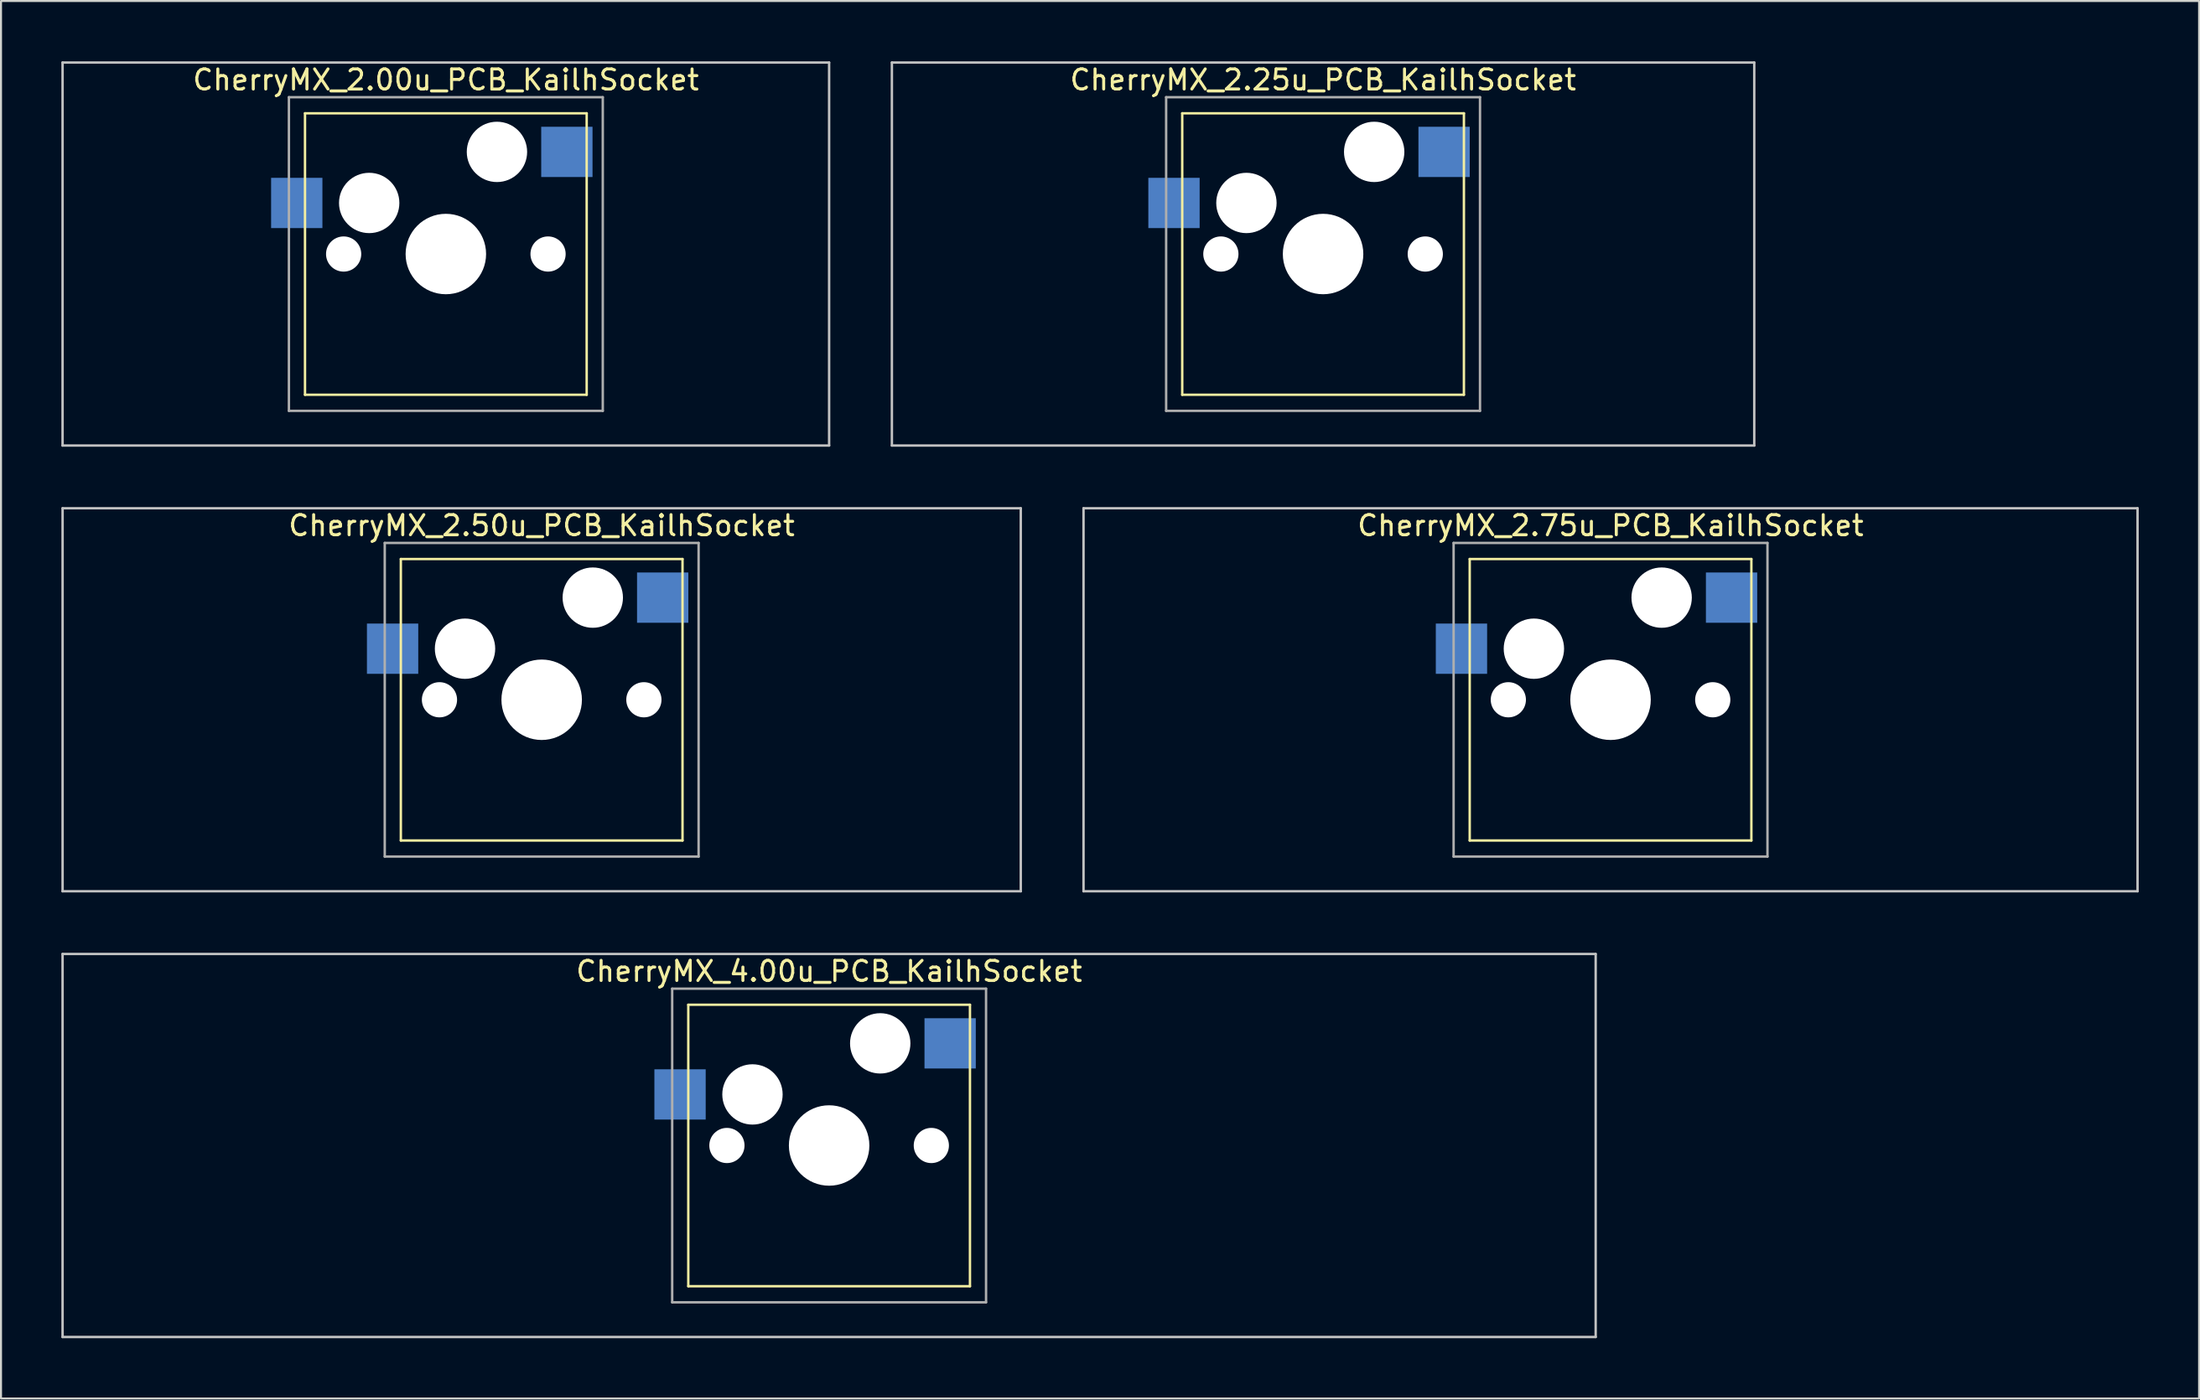
<source format=kicad_pcb>
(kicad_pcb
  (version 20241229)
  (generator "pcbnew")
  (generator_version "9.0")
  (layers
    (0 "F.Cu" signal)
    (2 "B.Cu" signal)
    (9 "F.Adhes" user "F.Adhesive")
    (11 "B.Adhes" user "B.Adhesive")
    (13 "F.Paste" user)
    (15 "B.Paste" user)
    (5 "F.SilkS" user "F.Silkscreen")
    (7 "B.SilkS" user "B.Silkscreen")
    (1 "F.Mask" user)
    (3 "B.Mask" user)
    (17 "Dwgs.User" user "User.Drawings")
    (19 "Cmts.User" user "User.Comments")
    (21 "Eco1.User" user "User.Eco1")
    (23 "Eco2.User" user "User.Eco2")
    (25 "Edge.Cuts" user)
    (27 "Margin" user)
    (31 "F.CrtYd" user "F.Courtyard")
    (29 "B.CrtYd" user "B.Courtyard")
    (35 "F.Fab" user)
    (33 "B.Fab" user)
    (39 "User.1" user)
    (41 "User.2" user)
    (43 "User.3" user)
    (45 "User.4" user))
  (footprint "CherryMX_2.25u_PCB_KailhSocket"
    (layer "F.Cu")
    (at 65.251 4.505)
    (property "Reference" "CherryMX_2.25u_PCB_KailhSocket" (at -2.54 -3.583 0) (layer "F.SilkS") (effects (font (size 1 1) (thickness 0.15))))
    (attr through_hole)
    (fp_line (start -9.54 -1.92) (end -9.54 12.08) (stroke (width 0.12) (type solid)) (layer "F.SilkS"))
    (fp_line (start -9.54 -1.92) (end 4.46 -1.92) (stroke (width 0.12) (type solid)) (layer "F.SilkS"))
    (fp_line (start 4.46 -1.92) (end 4.46 12.08) (stroke (width 0.12) (type solid)) (layer "F.SilkS"))
    (fp_line (start 4.46 12.08) (end -9.54 12.08) (stroke (width 0.12) (type solid)) (layer "F.SilkS"))
    (fp_line (start -23.971 -4.445) (end 18.891 -4.445) (stroke (width 0.12) (type solid)) (layer "Dwgs.User"))
    (fp_line (start -23.971 14.605) (end -23.971 -4.445) (stroke (width 0.12) (type solid)) (layer "Dwgs.User"))
    (fp_line (start 18.891 -4.445) (end 18.891 14.605) (stroke (width 0.12) (type solid)) (layer "Dwgs.User"))
    (fp_line (start 18.891 14.605) (end -23.971 14.605) (stroke (width 0.12) (type solid)) (layer "Dwgs.User"))
    (fp_line (start -10.34 -2.72) (end -10.34 12.88) (stroke (width 0.12) (type solid)) (layer "F.Fab"))
    (fp_line (start -10.34 -2.72) (end 5.26 -2.72) (stroke (width 0.12) (type solid)) (layer "F.Fab"))
    (fp_line (start -10.34 12.88) (end 5.26 12.88) (stroke (width 0.12) (type solid)) (layer "F.Fab"))
    (fp_line (start 5.26 -2.72) (end 5.26 12.88) (stroke (width 0.12) (type solid)) (layer "F.Fab"))
    (pad "" np_thru_hole circle (at -7.62 5.08) (size 1.75 1.75) (drill 1.75) (layers "*.Cu" "*.Mask"))
    (pad "" np_thru_hole circle (at -6.35 2.54) (size 3 3) (drill 3) (layers "*.Cu" "*.Mask"))
    (pad "" np_thru_hole circle (at -2.54 5.08) (size 4 4) (drill 4) (layers "*.Cu" "*.Mask"))
    (pad "" np_thru_hole circle (at 0 0) (size 3 3) (drill 3) (layers "*.Cu" "*.Mask"))
    (pad "" np_thru_hole circle (at 2.54 5.08) (size 1.75 1.75) (drill 1.75) (layers "*.Cu" "*.Mask"))
    (pad "1" smd rect (at 3.475 0) (size 2.55 2.5) (layers "B.Cu" "B.Mask" "B.Paste"))
    (pad "2" smd rect (at -9.95 2.54) (size 2.55 2.5) (layers "B.Cu" "B.Mask" "B.Paste")))
  (footprint "CherryMX_2.00u_PCB_KailhSocket"
    (layer "F.Cu")
    (at 19.11 9.585)
    (property "Reference" "CherryMX_2.00u_PCB_KailhSocket" (at 0 -8.662 0) (layer "F.SilkS") (effects (font (size 1 1) (thickness 0.15))))
    (attr through_hole)
    (fp_line (start -7 -7) (end -7 7) (stroke (width 0.12) (type solid)) (layer "F.SilkS"))
    (fp_line (start -7 -7) (end 7 -7) (stroke (width 0.12) (type solid)) (layer "F.SilkS"))
    (fp_line (start 7 -7) (end 7 7) (stroke (width 0.12) (type solid)) (layer "F.SilkS"))
    (fp_line (start 7 7) (end -7 7) (stroke (width 0.12) (type solid)) (layer "F.SilkS"))
    (fp_line (start -19.05 -9.525) (end 19.05 -9.525) (stroke (width 0.12) (type solid)) (layer "Dwgs.User"))
    (fp_line (start -19.05 9.525) (end -19.05 -9.525) (stroke (width 0.12) (type solid)) (layer "Dwgs.User"))
    (fp_line (start 19.05 -9.525) (end 19.05 9.525) (stroke (width 0.12) (type solid)) (layer "Dwgs.User"))
    (fp_line (start 19.05 9.525) (end -19.05 9.525) (stroke (width 0.12) (type solid)) (layer "Dwgs.User"))
    (fp_line (start -7.8 -7.8) (end -7.8 7.8) (stroke (width 0.12) (type solid)) (layer "F.Fab"))
    (fp_line (start -7.8 -7.8) (end 7.8 -7.8) (stroke (width 0.12) (type solid)) (layer "F.Fab"))
    (fp_line (start -7.8 7.8) (end 7.8 7.8) (stroke (width 0.12) (type solid)) (layer "F.Fab"))
    (fp_line (start 7.8 -7.8) (end 7.8 7.8) (stroke (width 0.12) (type solid)) (layer "F.Fab"))
    (pad "" np_thru_hole circle (at -5.08 0) (size 1.75 1.75) (drill 1.75) (layers "*.Cu" "*.Mask"))
    (pad "" np_thru_hole circle (at -3.81 -2.54) (size 3 3) (drill 3) (layers "*.Cu" "*.Mask"))
    (pad "" np_thru_hole circle (at 0 0) (size 4 4) (drill 4) (layers "*.Cu" "*.Mask"))
    (pad "" np_thru_hole circle (at 2.54 -5.08) (size 3 3) (drill 3) (layers "*.Cu" "*.Mask"))
    (pad "" np_thru_hole circle (at 5.08 0) (size 1.75 1.75) (drill 1.75) (layers "*.Cu" "*.Mask"))
    (pad "1" smd rect (at 6.015 -5.08) (size 2.55 2.5) (layers "B.Cu" "B.Mask" "B.Paste"))
    (pad "2" smd rect (at -7.41 -2.54) (size 2.55 2.5) (layers "B.Cu" "B.Mask" "B.Paste")))
  (footprint "CherryMX_2.50u_PCB_KailhSocket"
    (layer "F.Cu")
    (at 26.413 26.675)
    (property "Reference" "CherryMX_2.50u_PCB_KailhSocket" (at -2.54 -3.583 0) (layer "F.SilkS") (effects (font (size 1 1) (thickness 0.15))))
    (attr through_hole)
    (fp_line (start -9.54 -1.92) (end -9.54 12.08) (stroke (width 0.12) (type solid)) (layer "F.SilkS"))
    (fp_line (start -9.54 -1.92) (end 4.46 -1.92) (stroke (width 0.12) (type solid)) (layer "F.SilkS"))
    (fp_line (start 4.46 -1.92) (end 4.46 12.08) (stroke (width 0.12) (type solid)) (layer "F.SilkS"))
    (fp_line (start 4.46 12.08) (end -9.54 12.08) (stroke (width 0.12) (type solid)) (layer "F.SilkS"))
    (fp_line (start -26.352 -4.445) (end 21.273 -4.445) (stroke (width 0.12) (type solid)) (layer "Dwgs.User"))
    (fp_line (start -26.352 14.605) (end -26.352 -4.445) (stroke (width 0.12) (type solid)) (layer "Dwgs.User"))
    (fp_line (start 21.273 -4.445) (end 21.273 14.605) (stroke (width 0.12) (type solid)) (layer "Dwgs.User"))
    (fp_line (start 21.273 14.605) (end -26.352 14.605) (stroke (width 0.12) (type solid)) (layer "Dwgs.User"))
    (fp_line (start -10.34 -2.72) (end -10.34 12.88) (stroke (width 0.12) (type solid)) (layer "F.Fab"))
    (fp_line (start -10.34 -2.72) (end 5.26 -2.72) (stroke (width 0.12) (type solid)) (layer "F.Fab"))
    (fp_line (start -10.34 12.88) (end 5.26 12.88) (stroke (width 0.12) (type solid)) (layer "F.Fab"))
    (fp_line (start 5.26 -2.72) (end 5.26 12.88) (stroke (width 0.12) (type solid)) (layer "F.Fab"))
    (pad "" np_thru_hole circle (at -7.62 5.08) (size 1.75 1.75) (drill 1.75) (layers "*.Cu" "*.Mask"))
    (pad "" np_thru_hole circle (at -6.35 2.54) (size 3 3) (drill 3) (layers "*.Cu" "*.Mask"))
    (pad "" np_thru_hole circle (at -2.54 5.08) (size 4 4) (drill 4) (layers "*.Cu" "*.Mask"))
    (pad "" np_thru_hole circle (at 0 0) (size 3 3) (drill 3) (layers "*.Cu" "*.Mask"))
    (pad "" np_thru_hole circle (at 2.54 5.08) (size 1.75 1.75) (drill 1.75) (layers "*.Cu" "*.Mask"))
    (pad "1" smd rect (at 3.475 0) (size 2.55 2.5) (layers "B.Cu" "B.Mask" "B.Paste"))
    (pad "2" smd rect (at -9.95 2.54) (size 2.55 2.5) (layers "B.Cu" "B.Mask" "B.Paste")))
  (footprint "CherryMX_2.75u_PCB_KailhSocket"
    (layer "F.Cu")
    (at 79.539 26.675)
    (property "Reference" "CherryMX_2.75u_PCB_KailhSocket" (at -2.54 -3.583 0) (layer "F.SilkS") (effects (font (size 1 1) (thickness 0.15))))
    (attr through_hole)
    (fp_line (start -9.54 -1.92) (end -9.54 12.08) (stroke (width 0.12) (type solid)) (layer "F.SilkS"))
    (fp_line (start -9.54 -1.92) (end 4.46 -1.92) (stroke (width 0.12) (type solid)) (layer "F.SilkS"))
    (fp_line (start 4.46 -1.92) (end 4.46 12.08) (stroke (width 0.12) (type solid)) (layer "F.SilkS"))
    (fp_line (start 4.46 12.08) (end -9.54 12.08) (stroke (width 0.12) (type solid)) (layer "F.SilkS"))
    (fp_line (start -28.734 -4.445) (end 23.654 -4.445) (stroke (width 0.12) (type solid)) (layer "Dwgs.User"))
    (fp_line (start -28.734 14.605) (end -28.734 -4.445) (stroke (width 0.12) (type solid)) (layer "Dwgs.User"))
    (fp_line (start 23.654 -4.445) (end 23.654 14.605) (stroke (width 0.12) (type solid)) (layer "Dwgs.User"))
    (fp_line (start 23.654 14.605) (end -28.734 14.605) (stroke (width 0.12) (type solid)) (layer "Dwgs.User"))
    (fp_line (start -10.34 -2.72) (end -10.34 12.88) (stroke (width 0.12) (type solid)) (layer "F.Fab"))
    (fp_line (start -10.34 -2.72) (end 5.26 -2.72) (stroke (width 0.12) (type solid)) (layer "F.Fab"))
    (fp_line (start -10.34 12.88) (end 5.26 12.88) (stroke (width 0.12) (type solid)) (layer "F.Fab"))
    (fp_line (start 5.26 -2.72) (end 5.26 12.88) (stroke (width 0.12) (type solid)) (layer "F.Fab"))
    (pad "" np_thru_hole circle (at -7.62 5.08) (size 1.75 1.75) (drill 1.75) (layers "*.Cu" "*.Mask"))
    (pad "" np_thru_hole circle (at -6.35 2.54) (size 3 3) (drill 3) (layers "*.Cu" "*.Mask"))
    (pad "" np_thru_hole circle (at -2.54 5.08) (size 4 4) (drill 4) (layers "*.Cu" "*.Mask"))
    (pad "" np_thru_hole circle (at 0 0) (size 3 3) (drill 3) (layers "*.Cu" "*.Mask"))
    (pad "" np_thru_hole circle (at 2.54 5.08) (size 1.75 1.75) (drill 1.75) (layers "*.Cu" "*.Mask"))
    (pad "1" smd rect (at 3.475 0) (size 2.55 2.5) (layers "B.Cu" "B.Mask" "B.Paste"))
    (pad "2" smd rect (at -9.95 2.54) (size 2.55 2.5) (layers "B.Cu" "B.Mask" "B.Paste")))
  (footprint "CherryMX_4.00u_PCB_KailhSocket"
    (layer "F.Cu")
    (at 40.7 48.845)
    (property "Reference" "CherryMX_4.00u_PCB_KailhSocket" (at -2.54 -3.583 0) (layer "F.SilkS") (effects (font (size 1 1) (thickness 0.15))))
    (attr through_hole)
    (fp_line (start -9.54 -1.92) (end -9.54 12.08) (stroke (width 0.12) (type solid)) (layer "F.SilkS"))
    (fp_line (start -9.54 -1.92) (end 4.46 -1.92) (stroke (width 0.12) (type solid)) (layer "F.SilkS"))
    (fp_line (start 4.46 -1.92) (end 4.46 12.08) (stroke (width 0.12) (type solid)) (layer "F.SilkS"))
    (fp_line (start 4.46 12.08) (end -9.54 12.08) (stroke (width 0.12) (type solid)) (layer "F.SilkS"))
    (fp_line (start -40.64 -4.445) (end 35.56 -4.445) (stroke (width 0.12) (type solid)) (layer "Dwgs.User"))
    (fp_line (start -40.64 14.605) (end -40.64 -4.445) (stroke (width 0.12) (type solid)) (layer "Dwgs.User"))
    (fp_line (start 35.56 -4.445) (end 35.56 14.605) (stroke (width 0.12) (type solid)) (layer "Dwgs.User"))
    (fp_line (start 35.56 14.605) (end -40.64 14.605) (stroke (width 0.12) (type solid)) (layer "Dwgs.User"))
    (fp_line (start -10.34 -2.72) (end -10.34 12.88) (stroke (width 0.12) (type solid)) (layer "F.Fab"))
    (fp_line (start -10.34 -2.72) (end 5.26 -2.72) (stroke (width 0.12) (type solid)) (layer "F.Fab"))
    (fp_line (start -10.34 12.88) (end 5.26 12.88) (stroke (width 0.12) (type solid)) (layer "F.Fab"))
    (fp_line (start 5.26 -2.72) (end 5.26 12.88) (stroke (width 0.12) (type solid)) (layer "F.Fab"))
    (pad "" np_thru_hole circle (at -7.62 5.08) (size 1.75 1.75) (drill 1.75) (layers "*.Cu" "*.Mask"))
    (pad "" np_thru_hole circle (at -6.35 2.54) (size 3 3) (drill 3) (layers "*.Cu" "*.Mask"))
    (pad "" np_thru_hole circle (at -2.54 5.08) (size 4 4) (drill 4) (layers "*.Cu" "*.Mask"))
    (pad "" np_thru_hole circle (at 0 0) (size 3 3) (drill 3) (layers "*.Cu" "*.Mask"))
    (pad "" np_thru_hole circle (at 2.54 5.08) (size 1.75 1.75) (drill 1.75) (layers "*.Cu" "*.Mask"))
    (pad "1" smd rect (at -9.95 2.54) (size 2.55 2.5) (layers "B.Cu" "B.Mask" "B.Paste"))
    (pad "2" smd rect (at 3.475 0) (size 2.55 2.5) (layers "B.Cu" "B.Mask" "B.Paste")))
  (gr_rect
    (start -3 -3)
    (end 106.252 66.51)
    (stroke (width 0.1) (type default))
    (fill no)
    (layer "Edge.Cuts")))
</source>
